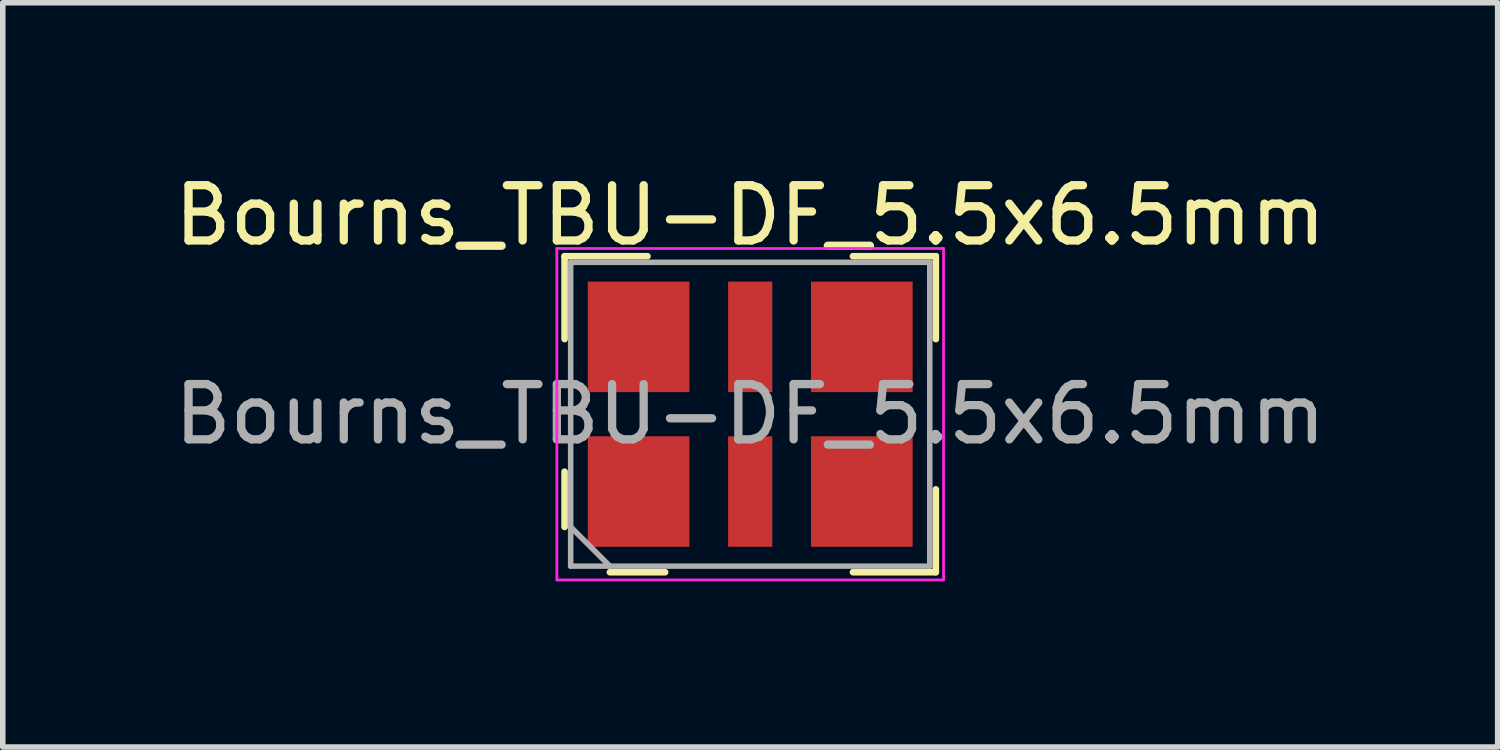
<source format=kicad_pcb>
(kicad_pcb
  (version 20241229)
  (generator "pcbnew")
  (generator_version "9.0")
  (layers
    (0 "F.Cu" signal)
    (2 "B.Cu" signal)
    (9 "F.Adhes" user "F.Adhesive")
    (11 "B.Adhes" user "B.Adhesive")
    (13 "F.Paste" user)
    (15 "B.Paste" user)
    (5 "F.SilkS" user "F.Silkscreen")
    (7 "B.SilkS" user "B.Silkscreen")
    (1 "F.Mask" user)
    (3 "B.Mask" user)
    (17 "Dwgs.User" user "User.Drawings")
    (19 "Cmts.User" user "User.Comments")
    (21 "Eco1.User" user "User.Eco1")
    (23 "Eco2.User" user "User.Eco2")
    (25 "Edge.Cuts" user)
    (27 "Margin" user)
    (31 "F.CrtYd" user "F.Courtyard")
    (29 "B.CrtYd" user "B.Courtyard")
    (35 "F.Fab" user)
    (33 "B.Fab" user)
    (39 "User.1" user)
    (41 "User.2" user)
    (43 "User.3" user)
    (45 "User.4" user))
  (footprint "Bourns_TBU-DF_5.5x6.5mm"
    (layer "F.Cu")
    (at 10.53 4.448)
    (property "Reference" "Bourns_TBU-DF_5.5x6.5mm" (at 0 -3.6 0) (layer "F.SilkS") (effects (font (size 1 1) (thickness 0.15))))
    (attr smd)
    (fp_line (start -3.36 -2.86) (end -3.36 -1.36) (stroke (width 0.12) (type solid)) (layer "F.SilkS"))
    (fp_line (start -3.36 1.04) (end -3.36 2.04) (stroke (width 0.12) (type solid)) (layer "F.SilkS"))
    (fp_line (start -1.86 -2.86) (end -3.36 -2.86) (stroke (width 0.12) (type solid)) (layer "F.SilkS"))
    (fp_line (start -1.54 2.86) (end -2.54 2.86) (stroke (width 0.12) (type solid)) (layer "F.SilkS"))
    (fp_line (start 3.36 -2.86) (end 1.86 -2.86) (stroke (width 0.12) (type solid)) (layer "F.SilkS"))
    (fp_line (start 3.36 -2.86) (end 3.36 -1.36) (stroke (width 0.12) (type solid)) (layer "F.SilkS"))
    (fp_line (start 3.36 1.36) (end 3.36 2.86) (stroke (width 0.12) (type solid)) (layer "F.SilkS"))
    (fp_line (start 3.36 2.86) (end 1.86 2.86) (stroke (width 0.12) (type solid)) (layer "F.SilkS"))
    (fp_line (start -3.5 -3) (end 3.5 -3) (stroke (width 0.05) (type solid)) (layer "F.CrtYd"))
    (fp_line (start -3.5 3) (end -3.5 -3) (stroke (width 0.05) (type solid)) (layer "F.CrtYd"))
    (fp_line (start 3.5 -3) (end 3.5 3) (stroke (width 0.05) (type solid)) (layer "F.CrtYd"))
    (fp_line (start 3.5 3) (end -3.5 3) (stroke (width 0.05) (type solid)) (layer "F.CrtYd"))
    (fp_line (start -3.25 -2.75) (end 3.25 -2.75) (stroke (width 0.1) (type solid)) (layer "F.Fab"))
    (fp_line (start -3.25 2.04) (end -2.54 2.75) (stroke (width 0.1) (type solid)) (layer "F.Fab"))
    (fp_line (start -3.25 2.75) (end -3.25 -2.75) (stroke (width 0.1) (type solid)) (layer "F.Fab"))
    (fp_line (start 3.25 -2.75) (end 3.25 2.75) (stroke (width 0.1) (type solid)) (layer "F.Fab"))
    (fp_line (start 3.25 2.75) (end -3.25 2.75) (stroke (width 0.1) (type solid)) (layer "F.Fab"))
    (fp_text user "${REFERENCE}" (at 0 0 180) (layer "F.Fab") (effects (font (size 1 1) (thickness 0.15))))
    (pad "1" smd rect (at -2.02 1.4) (size 1.84 2) (layers "F.Cu" "F.Mask" "F.Paste"))
    (pad "2" smd rect (at 0 1.4) (size 0.8 2) (layers "F.Cu" "F.Mask" "F.Paste"))
    (pad "3" smd rect (at 2.02 1.4) (size 1.84 2) (layers "F.Cu" "F.Mask" "F.Paste"))
    (pad "4" smd rect (at -2.02 -1.4) (size 1.84 2) (layers "F.Cu" "F.Mask" "F.Paste"))
    (pad "5" smd rect (at 0 -1.4) (size 0.8 2) (layers "F.Cu" "F.Mask" "F.Paste"))
    (pad "6" smd rect (at 2.02 -1.4) (size 1.84 2) (layers "F.Cu" "F.Mask" "F.Paste")))
  (gr_rect
    (start -3 -3)
    (end 24.06 10.473)
    (stroke (width 0.1) (type default))
    (fill no)
    (layer "Edge.Cuts")))
</source>
